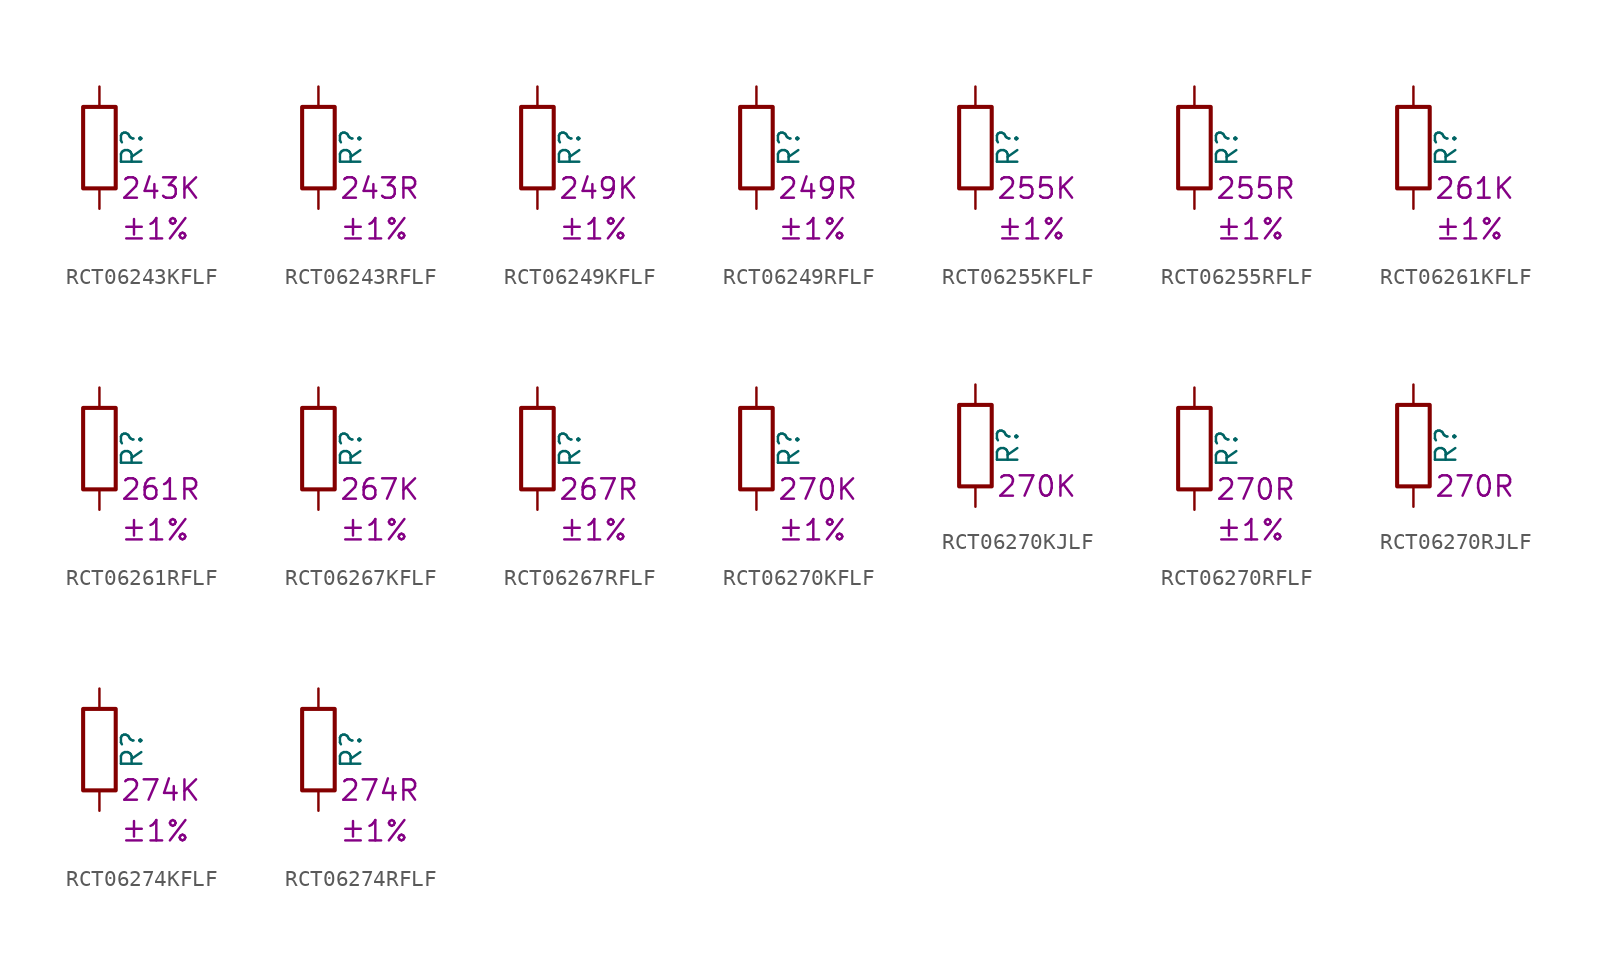
<source format=kicad_sym>
(kicad_symbol_lib
  (version 20220914)
  (generator kicad_symbol_editor)
  (symbol "RCT06243KFLF"
    (pin_numbers hide)
    (pin_names
      (offset 0))
    (property "Reference" "R"
      (at 2.032 0 90)
      (effects (font (size 1.27 1.27))))
    (property "Resistance" "243K"
      (at 1.27 -2.54 0)
      (effects (font (size 1.27 1.27)) (justify left)))
    (property "Tolerance" "±1%"
      (at 1.27 -5.08 0)
      (effects (font (size 1.27 1.27)) (justify left)))
    (symbol "RCT06243KFLF_0_1"
      (rectangle (start -1.016 -2.54) (end 1.016 2.54) (stroke (width 0.254) (type default)) (fill (type none))))
    (symbol "RCT06243KFLF_1_1"
      (pin passive line (at 0 3.81 270) (length 1.27) (name "~" (effects (font (size 1.27 1.27)))) (number "1" (effects (font (size 1.27 1.27)))))
      (pin passive line (at 0 -3.81 90) (length 1.27) (name "~" (effects (font (size 1.27 1.27)))) (number "2" (effects (font (size 1.27 1.27)))))))
  (symbol "RCT06243RFLF"
    (pin_numbers hide)
    (pin_names
      (offset 0))
    (property "Reference" "R"
      (at 2.032 0 90)
      (effects (font (size 1.27 1.27))))
    (property "Resistance" "243R"
      (at 1.27 -2.54 0)
      (effects (font (size 1.27 1.27)) (justify left)))
    (property "Tolerance" "±1%"
      (at 1.27 -5.08 0)
      (effects (font (size 1.27 1.27)) (justify left)))
    (symbol "RCT06243RFLF_0_1"
      (rectangle (start -1.016 -2.54) (end 1.016 2.54) (stroke (width 0.254) (type default)) (fill (type none))))
    (symbol "RCT06243RFLF_1_1"
      (pin passive line (at 0 3.81 270) (length 1.27) (name "~" (effects (font (size 1.27 1.27)))) (number "1" (effects (font (size 1.27 1.27)))))
      (pin passive line (at 0 -3.81 90) (length 1.27) (name "~" (effects (font (size 1.27 1.27)))) (number "2" (effects (font (size 1.27 1.27)))))))
  (symbol "RCT06249KFLF"
    (pin_numbers hide)
    (pin_names
      (offset 0))
    (property "Reference" "R"
      (at 2.032 0 90)
      (effects (font (size 1.27 1.27))))
    (property "Resistance" "249K"
      (at 1.27 -2.54 0)
      (effects (font (size 1.27 1.27)) (justify left)))
    (property "Tolerance" "±1%"
      (at 1.27 -5.08 0)
      (effects (font (size 1.27 1.27)) (justify left)))
    (symbol "RCT06249KFLF_0_1"
      (rectangle (start -1.016 -2.54) (end 1.016 2.54) (stroke (width 0.254) (type default)) (fill (type none))))
    (symbol "RCT06249KFLF_1_1"
      (pin passive line (at 0 3.81 270) (length 1.27) (name "~" (effects (font (size 1.27 1.27)))) (number "1" (effects (font (size 1.27 1.27)))))
      (pin passive line (at 0 -3.81 90) (length 1.27) (name "~" (effects (font (size 1.27 1.27)))) (number "2" (effects (font (size 1.27 1.27)))))))
  (symbol "RCT06249RFLF"
    (pin_numbers hide)
    (pin_names
      (offset 0))
    (property "Reference" "R"
      (at 2.032 0 90)
      (effects (font (size 1.27 1.27))))
    (property "Resistance" "249R"
      (at 1.27 -2.54 0)
      (effects (font (size 1.27 1.27)) (justify left)))
    (property "Tolerance" "±1%"
      (at 1.27 -5.08 0)
      (effects (font (size 1.27 1.27)) (justify left)))
    (symbol "RCT06249RFLF_0_1"
      (rectangle (start -1.016 -2.54) (end 1.016 2.54) (stroke (width 0.254) (type default)) (fill (type none))))
    (symbol "RCT06249RFLF_1_1"
      (pin passive line (at 0 3.81 270) (length 1.27) (name "~" (effects (font (size 1.27 1.27)))) (number "1" (effects (font (size 1.27 1.27)))))
      (pin passive line (at 0 -3.81 90) (length 1.27) (name "~" (effects (font (size 1.27 1.27)))) (number "2" (effects (font (size 1.27 1.27)))))))
  (symbol "RCT06255KFLF"
    (pin_numbers hide)
    (pin_names
      (offset 0))
    (property "Reference" "R"
      (at 2.032 0 90)
      (effects (font (size 1.27 1.27))))
    (property "Resistance" "255K"
      (at 1.27 -2.54 0)
      (effects (font (size 1.27 1.27)) (justify left)))
    (property "Tolerance" "±1%"
      (at 1.27 -5.08 0)
      (effects (font (size 1.27 1.27)) (justify left)))
    (symbol "RCT06255KFLF_0_1"
      (rectangle (start -1.016 -2.54) (end 1.016 2.54) (stroke (width 0.254) (type default)) (fill (type none))))
    (symbol "RCT06255KFLF_1_1"
      (pin passive line (at 0 3.81 270) (length 1.27) (name "~" (effects (font (size 1.27 1.27)))) (number "1" (effects (font (size 1.27 1.27)))))
      (pin passive line (at 0 -3.81 90) (length 1.27) (name "~" (effects (font (size 1.27 1.27)))) (number "2" (effects (font (size 1.27 1.27)))))))
  (symbol "RCT06255RFLF"
    (pin_numbers hide)
    (pin_names
      (offset 0))
    (property "Reference" "R"
      (at 2.032 0 90)
      (effects (font (size 1.27 1.27))))
    (property "Resistance" "255R"
      (at 1.27 -2.54 0)
      (effects (font (size 1.27 1.27)) (justify left)))
    (property "Tolerance" "±1%"
      (at 1.27 -5.08 0)
      (effects (font (size 1.27 1.27)) (justify left)))
    (symbol "RCT06255RFLF_0_1"
      (rectangle (start -1.016 -2.54) (end 1.016 2.54) (stroke (width 0.254) (type default)) (fill (type none))))
    (symbol "RCT06255RFLF_1_1"
      (pin passive line (at 0 3.81 270) (length 1.27) (name "~" (effects (font (size 1.27 1.27)))) (number "1" (effects (font (size 1.27 1.27)))))
      (pin passive line (at 0 -3.81 90) (length 1.27) (name "~" (effects (font (size 1.27 1.27)))) (number "2" (effects (font (size 1.27 1.27)))))))
  (symbol "RCT06261KFLF"
    (pin_numbers hide)
    (pin_names
      (offset 0))
    (property "Reference" "R"
      (at 2.032 0 90)
      (effects (font (size 1.27 1.27))))
    (property "Resistance" "261K"
      (at 1.27 -2.54 0)
      (effects (font (size 1.27 1.27)) (justify left)))
    (property "Tolerance" "±1%"
      (at 1.27 -5.08 0)
      (effects (font (size 1.27 1.27)) (justify left)))
    (symbol "RCT06261KFLF_0_1"
      (rectangle (start -1.016 -2.54) (end 1.016 2.54) (stroke (width 0.254) (type default)) (fill (type none))))
    (symbol "RCT06261KFLF_1_1"
      (pin passive line (at 0 3.81 270) (length 1.27) (name "~" (effects (font (size 1.27 1.27)))) (number "1" (effects (font (size 1.27 1.27)))))
      (pin passive line (at 0 -3.81 90) (length 1.27) (name "~" (effects (font (size 1.27 1.27)))) (number "2" (effects (font (size 1.27 1.27)))))))
  (symbol "RCT06261RFLF"
    (pin_numbers hide)
    (pin_names
      (offset 0))
    (property "Reference" "R"
      (at 2.032 0 90)
      (effects (font (size 1.27 1.27))))
    (property "Resistance" "261R"
      (at 1.27 -2.54 0)
      (effects (font (size 1.27 1.27)) (justify left)))
    (property "Tolerance" "±1%"
      (at 1.27 -5.08 0)
      (effects (font (size 1.27 1.27)) (justify left)))
    (symbol "RCT06261RFLF_0_1"
      (rectangle (start -1.016 -2.54) (end 1.016 2.54) (stroke (width 0.254) (type default)) (fill (type none))))
    (symbol "RCT06261RFLF_1_1"
      (pin passive line (at 0 3.81 270) (length 1.27) (name "~" (effects (font (size 1.27 1.27)))) (number "1" (effects (font (size 1.27 1.27)))))
      (pin passive line (at 0 -3.81 90) (length 1.27) (name "~" (effects (font (size 1.27 1.27)))) (number "2" (effects (font (size 1.27 1.27)))))))
  (symbol "RCT06267KFLF"
    (pin_numbers hide)
    (pin_names
      (offset 0))
    (property "Reference" "R"
      (at 2.032 0 90)
      (effects (font (size 1.27 1.27))))
    (property "Resistance" "267K"
      (at 1.27 -2.54 0)
      (effects (font (size 1.27 1.27)) (justify left)))
    (property "Tolerance" "±1%"
      (at 1.27 -5.08 0)
      (effects (font (size 1.27 1.27)) (justify left)))
    (symbol "RCT06267KFLF_0_1"
      (rectangle (start -1.016 -2.54) (end 1.016 2.54) (stroke (width 0.254) (type default)) (fill (type none))))
    (symbol "RCT06267KFLF_1_1"
      (pin passive line (at 0 3.81 270) (length 1.27) (name "~" (effects (font (size 1.27 1.27)))) (number "1" (effects (font (size 1.27 1.27)))))
      (pin passive line (at 0 -3.81 90) (length 1.27) (name "~" (effects (font (size 1.27 1.27)))) (number "2" (effects (font (size 1.27 1.27)))))))
  (symbol "RCT06267RFLF"
    (pin_numbers hide)
    (pin_names
      (offset 0))
    (property "Reference" "R"
      (at 2.032 0 90)
      (effects (font (size 1.27 1.27))))
    (property "Resistance" "267R"
      (at 1.27 -2.54 0)
      (effects (font (size 1.27 1.27)) (justify left)))
    (property "Tolerance" "±1%"
      (at 1.27 -5.08 0)
      (effects (font (size 1.27 1.27)) (justify left)))
    (symbol "RCT06267RFLF_0_1"
      (rectangle (start -1.016 -2.54) (end 1.016 2.54) (stroke (width 0.254) (type default)) (fill (type none))))
    (symbol "RCT06267RFLF_1_1"
      (pin passive line (at 0 3.81 270) (length 1.27) (name "~" (effects (font (size 1.27 1.27)))) (number "1" (effects (font (size 1.27 1.27)))))
      (pin passive line (at 0 -3.81 90) (length 1.27) (name "~" (effects (font (size 1.27 1.27)))) (number "2" (effects (font (size 1.27 1.27)))))))
  (symbol "RCT06270KFLF"
    (pin_numbers hide)
    (pin_names
      (offset 0))
    (property "Reference" "R"
      (at 2.032 0 90)
      (effects (font (size 1.27 1.27))))
    (property "Resistance" "270K"
      (at 1.27 -2.54 0)
      (effects (font (size 1.27 1.27)) (justify left)))
    (property "Tolerance" "±1%"
      (at 1.27 -5.08 0)
      (effects (font (size 1.27 1.27)) (justify left)))
    (symbol "RCT06270KFLF_0_1"
      (rectangle (start -1.016 -2.54) (end 1.016 2.54) (stroke (width 0.254) (type default)) (fill (type none))))
    (symbol "RCT06270KFLF_1_1"
      (pin passive line (at 0 3.81 270) (length 1.27) (name "~" (effects (font (size 1.27 1.27)))) (number "1" (effects (font (size 1.27 1.27)))))
      (pin passive line (at 0 -3.81 90) (length 1.27) (name "~" (effects (font (size 1.27 1.27)))) (number "2" (effects (font (size 1.27 1.27)))))))
  (symbol "RCT06270KJLF"
    (pin_numbers hide)
    (pin_names
      (offset 0))
    (property "Reference" "R"
      (at 2.032 0 90)
      (effects (font (size 1.27 1.27))))
    (property "Resistance" "270K"
      (at 1.27 -2.54 0)
      (effects (font (size 1.27 1.27)) (justify left)))
    (symbol "RCT06270KJLF_0_1"
      (rectangle (start -1.016 -2.54) (end 1.016 2.54) (stroke (width 0.254) (type default)) (fill (type none))))
    (symbol "RCT06270KJLF_1_1"
      (pin passive line (at 0 3.81 270) (length 1.27) (name "~" (effects (font (size 1.27 1.27)))) (number "1" (effects (font (size 1.27 1.27)))))
      (pin passive line (at 0 -3.81 90) (length 1.27) (name "~" (effects (font (size 1.27 1.27)))) (number "2" (effects (font (size 1.27 1.27)))))))
  (symbol "RCT06270RFLF"
    (pin_numbers hide)
    (pin_names
      (offset 0))
    (property "Reference" "R"
      (at 2.032 0 90)
      (effects (font (size 1.27 1.27))))
    (property "Resistance" "270R"
      (at 1.27 -2.54 0)
      (effects (font (size 1.27 1.27)) (justify left)))
    (property "Tolerance" "±1%"
      (at 1.27 -5.08 0)
      (effects (font (size 1.27 1.27)) (justify left)))
    (symbol "RCT06270RFLF_0_1"
      (rectangle (start -1.016 -2.54) (end 1.016 2.54) (stroke (width 0.254) (type default)) (fill (type none))))
    (symbol "RCT06270RFLF_1_1"
      (pin passive line (at 0 3.81 270) (length 1.27) (name "~" (effects (font (size 1.27 1.27)))) (number "1" (effects (font (size 1.27 1.27)))))
      (pin passive line (at 0 -3.81 90) (length 1.27) (name "~" (effects (font (size 1.27 1.27)))) (number "2" (effects (font (size 1.27 1.27)))))))
  (symbol "RCT06270RJLF"
    (pin_numbers hide)
    (pin_names
      (offset 0))
    (property "Reference" "R"
      (at 2.032 0 90)
      (effects (font (size 1.27 1.27))))
    (property "Resistance" "270R"
      (at 1.27 -2.54 0)
      (effects (font (size 1.27 1.27)) (justify left)))
    (symbol "RCT06270RJLF_0_1"
      (rectangle (start -1.016 -2.54) (end 1.016 2.54) (stroke (width 0.254) (type default)) (fill (type none))))
    (symbol "RCT06270RJLF_1_1"
      (pin passive line (at 0 3.81 270) (length 1.27) (name "~" (effects (font (size 1.27 1.27)))) (number "1" (effects (font (size 1.27 1.27)))))
      (pin passive line (at 0 -3.81 90) (length 1.27) (name "~" (effects (font (size 1.27 1.27)))) (number "2" (effects (font (size 1.27 1.27)))))))
  (symbol "RCT06274KFLF"
    (pin_numbers hide)
    (pin_names
      (offset 0))
    (property "Reference" "R"
      (at 2.032 0 90)
      (effects (font (size 1.27 1.27))))
    (property "Resistance" "274K"
      (at 1.27 -2.54 0)
      (effects (font (size 1.27 1.27)) (justify left)))
    (property "Tolerance" "±1%"
      (at 1.27 -5.08 0)
      (effects (font (size 1.27 1.27)) (justify left)))
    (symbol "RCT06274KFLF_0_1"
      (rectangle (start -1.016 -2.54) (end 1.016 2.54) (stroke (width 0.254) (type default)) (fill (type none))))
    (symbol "RCT06274KFLF_1_1"
      (pin passive line (at 0 3.81 270) (length 1.27) (name "~" (effects (font (size 1.27 1.27)))) (number "1" (effects (font (size 1.27 1.27)))))
      (pin passive line (at 0 -3.81 90) (length 1.27) (name "~" (effects (font (size 1.27 1.27)))) (number "2" (effects (font (size 1.27 1.27)))))))
  (symbol "RCT06274RFLF"
    (pin_numbers hide)
    (pin_names
      (offset 0))
    (property "Reference" "R"
      (at 2.032 0 90)
      (effects (font (size 1.27 1.27))))
    (property "Resistance" "274R"
      (at 1.27 -2.54 0)
      (effects (font (size 1.27 1.27)) (justify left)))
    (property "Tolerance" "±1%"
      (at 1.27 -5.08 0)
      (effects (font (size 1.27 1.27)) (justify left)))
    (symbol "RCT06274RFLF_0_1"
      (rectangle (start -1.016 -2.54) (end 1.016 2.54) (stroke (width 0.254) (type default)) (fill (type none))))
    (symbol "RCT06274RFLF_1_1"
      (pin passive line (at 0 3.81 270) (length 1.27) (name "~" (effects (font (size 1.27 1.27)))) (number "1" (effects (font (size 1.27 1.27)))))
      (pin passive line (at 0 -3.81 90) (length 1.27) (name "~" (effects (font (size 1.27 1.27)))) (number "2" (effects (font (size 1.27 1.27))))))))
</source>
